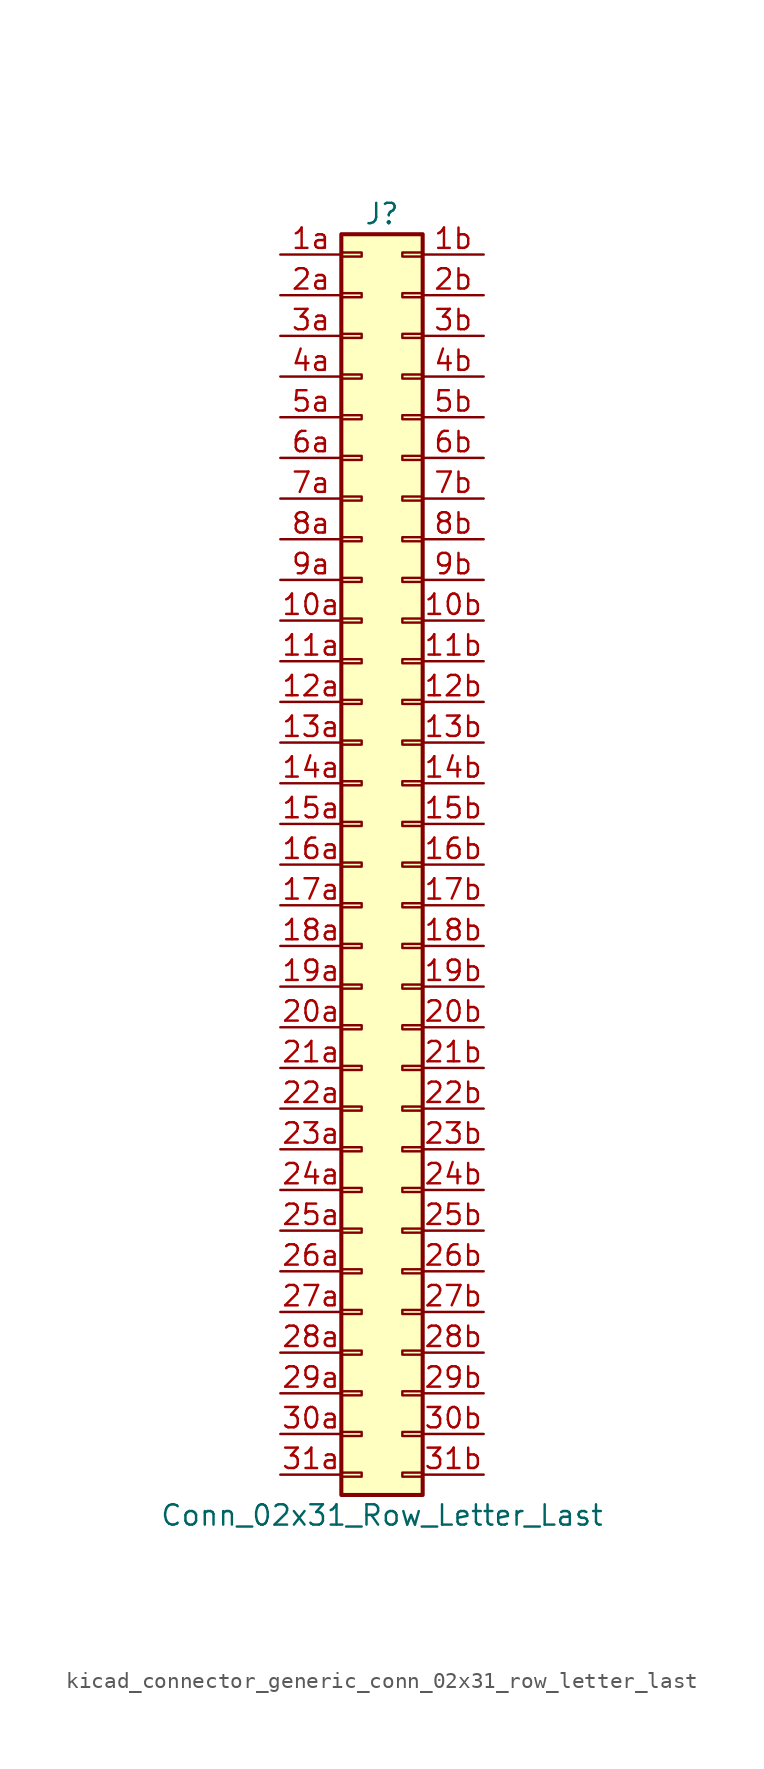
<source format=kicad_sym>
(kicad_symbol_lib
  (version 20220914)
  (generator kicad_symbol_editor)
  (symbol "kicad_connector_generic_conn_02x31_row_letter_last"
    (pin_names
      (offset 1.016) hide)
    (property "Reference" "J"
      (at 1.27 40.64 0)
      (effects (font (size 1.27 1.27))))
    (property "Value" "Conn_02x31_Row_Letter_Last"
      (at 1.27 -40.64 0)
      (effects (font (size 1.27 1.27))))
    (symbol "kicad_connector_generic_conn_02x31_row_letter_last_1_1"
      (rectangle (start -1.27 -37.973) (end 0 -38.227) (stroke (width 0.152) (type default)) (fill (type none)))
      (rectangle (start -1.27 -35.433) (end 0 -35.687) (stroke (width 0.152) (type default)) (fill (type none)))
      (rectangle (start -1.27 -32.893) (end 0 -33.147) (stroke (width 0.152) (type default)) (fill (type none)))
      (rectangle (start -1.27 -30.353) (end 0 -30.607) (stroke (width 0.152) (type default)) (fill (type none)))
      (rectangle (start -1.27 -27.813) (end 0 -28.067) (stroke (width 0.152) (type default)) (fill (type none)))
      (rectangle (start -1.27 -25.273) (end 0 -25.527) (stroke (width 0.152) (type default)) (fill (type none)))
      (rectangle (start -1.27 -22.733) (end 0 -22.987) (stroke (width 0.152) (type default)) (fill (type none)))
      (rectangle (start -1.27 -20.193) (end 0 -20.447) (stroke (width 0.152) (type default)) (fill (type none)))
      (rectangle (start -1.27 -17.653) (end 0 -17.907) (stroke (width 0.152) (type default)) (fill (type none)))
      (rectangle (start -1.27 -15.113) (end 0 -15.367) (stroke (width 0.152) (type default)) (fill (type none)))
      (rectangle (start -1.27 -12.573) (end 0 -12.827) (stroke (width 0.152) (type default)) (fill (type none)))
      (rectangle (start -1.27 -10.033) (end 0 -10.287) (stroke (width 0.152) (type default)) (fill (type none)))
      (rectangle (start -1.27 -7.493) (end 0 -7.747) (stroke (width 0.152) (type default)) (fill (type none)))
      (rectangle (start -1.27 -4.953) (end 0 -5.207) (stroke (width 0.152) (type default)) (fill (type none)))
      (rectangle (start -1.27 -2.413) (end 0 -2.667) (stroke (width 0.152) (type default)) (fill (type none)))
      (rectangle (start -1.27 0.127) (end 0 -0.127) (stroke (width 0.152) (type default)) (fill (type none)))
      (rectangle (start -1.27 2.667) (end 0 2.413) (stroke (width 0.152) (type default)) (fill (type none)))
      (rectangle (start -1.27 5.207) (end 0 4.953) (stroke (width 0.152) (type default)) (fill (type none)))
      (rectangle (start -1.27 7.747) (end 0 7.493) (stroke (width 0.152) (type default)) (fill (type none)))
      (rectangle (start -1.27 10.287) (end 0 10.033) (stroke (width 0.152) (type default)) (fill (type none)))
      (rectangle (start -1.27 12.827) (end 0 12.573) (stroke (width 0.152) (type default)) (fill (type none)))
      (rectangle (start -1.27 15.367) (end 0 15.113) (stroke (width 0.152) (type default)) (fill (type none)))
      (rectangle (start -1.27 17.907) (end 0 17.653) (stroke (width 0.152) (type default)) (fill (type none)))
      (rectangle (start -1.27 20.447) (end 0 20.193) (stroke (width 0.152) (type default)) (fill (type none)))
      (rectangle (start -1.27 22.987) (end 0 22.733) (stroke (width 0.152) (type default)) (fill (type none)))
      (rectangle (start -1.27 25.527) (end 0 25.273) (stroke (width 0.152) (type default)) (fill (type none)))
      (rectangle (start -1.27 28.067) (end 0 27.813) (stroke (width 0.152) (type default)) (fill (type none)))
      (rectangle (start -1.27 30.607) (end 0 30.353) (stroke (width 0.152) (type default)) (fill (type none)))
      (rectangle (start -1.27 33.147) (end 0 32.893) (stroke (width 0.152) (type default)) (fill (type none)))
      (rectangle (start -1.27 35.687) (end 0 35.433) (stroke (width 0.152) (type default)) (fill (type none)))
      (rectangle (start -1.27 38.227) (end 0 37.973) (stroke (width 0.152) (type default)) (fill (type none)))
      (rectangle (start -1.27 39.37) (end 3.81 -39.37) (stroke (width 0.254) (type default)) (fill (type background)))
      (rectangle (start 3.81 -37.973) (end 2.54 -38.227) (stroke (width 0.152) (type default)) (fill (type none)))
      (rectangle (start 3.81 -35.433) (end 2.54 -35.687) (stroke (width 0.152) (type default)) (fill (type none)))
      (rectangle (start 3.81 -32.893) (end 2.54 -33.147) (stroke (width 0.152) (type default)) (fill (type none)))
      (rectangle (start 3.81 -30.353) (end 2.54 -30.607) (stroke (width 0.152) (type default)) (fill (type none)))
      (rectangle (start 3.81 -27.813) (end 2.54 -28.067) (stroke (width 0.152) (type default)) (fill (type none)))
      (rectangle (start 3.81 -25.273) (end 2.54 -25.527) (stroke (width 0.152) (type default)) (fill (type none)))
      (rectangle (start 3.81 -22.733) (end 2.54 -22.987) (stroke (width 0.152) (type default)) (fill (type none)))
      (rectangle (start 3.81 -20.193) (end 2.54 -20.447) (stroke (width 0.152) (type default)) (fill (type none)))
      (rectangle (start 3.81 -17.653) (end 2.54 -17.907) (stroke (width 0.152) (type default)) (fill (type none)))
      (rectangle (start 3.81 -15.113) (end 2.54 -15.367) (stroke (width 0.152) (type default)) (fill (type none)))
      (rectangle (start 3.81 -12.573) (end 2.54 -12.827) (stroke (width 0.152) (type default)) (fill (type none)))
      (rectangle (start 3.81 -10.033) (end 2.54 -10.287) (stroke (width 0.152) (type default)) (fill (type none)))
      (rectangle (start 3.81 -7.493) (end 2.54 -7.747) (stroke (width 0.152) (type default)) (fill (type none)))
      (rectangle (start 3.81 -4.953) (end 2.54 -5.207) (stroke (width 0.152) (type default)) (fill (type none)))
      (rectangle (start 3.81 -2.413) (end 2.54 -2.667) (stroke (width 0.152) (type default)) (fill (type none)))
      (rectangle (start 3.81 0.127) (end 2.54 -0.127) (stroke (width 0.152) (type default)) (fill (type none)))
      (rectangle (start 3.81 2.667) (end 2.54 2.413) (stroke (width 0.152) (type default)) (fill (type none)))
      (rectangle (start 3.81 5.207) (end 2.54 4.953) (stroke (width 0.152) (type default)) (fill (type none)))
      (rectangle (start 3.81 7.747) (end 2.54 7.493) (stroke (width 0.152) (type default)) (fill (type none)))
      (rectangle (start 3.81 10.287) (end 2.54 10.033) (stroke (width 0.152) (type default)) (fill (type none)))
      (rectangle (start 3.81 12.827) (end 2.54 12.573) (stroke (width 0.152) (type default)) (fill (type none)))
      (rectangle (start 3.81 15.367) (end 2.54 15.113) (stroke (width 0.152) (type default)) (fill (type none)))
      (rectangle (start 3.81 17.907) (end 2.54 17.653) (stroke (width 0.152) (type default)) (fill (type none)))
      (rectangle (start 3.81 20.447) (end 2.54 20.193) (stroke (width 0.152) (type default)) (fill (type none)))
      (rectangle (start 3.81 22.987) (end 2.54 22.733) (stroke (width 0.152) (type default)) (fill (type none)))
      (rectangle (start 3.81 25.527) (end 2.54 25.273) (stroke (width 0.152) (type default)) (fill (type none)))
      (rectangle (start 3.81 28.067) (end 2.54 27.813) (stroke (width 0.152) (type default)) (fill (type none)))
      (rectangle (start 3.81 30.607) (end 2.54 30.353) (stroke (width 0.152) (type default)) (fill (type none)))
      (rectangle (start 3.81 33.147) (end 2.54 32.893) (stroke (width 0.152) (type default)) (fill (type none)))
      (rectangle (start 3.81 35.687) (end 2.54 35.433) (stroke (width 0.152) (type default)) (fill (type none)))
      (rectangle (start 3.81 38.227) (end 2.54 37.973) (stroke (width 0.152) (type default)) (fill (type none)))
      (pin passive line (at -5.08 15.24 0) (length 3.81) (name "Pin_10a" (effects (font (size 1.27 1.27)))) (number "10a" (effects (font (size 1.27 1.27)))))
      (pin passive line (at 7.62 15.24 180) (length 3.81) (name "Pin_10b" (effects (font (size 1.27 1.27)))) (number "10b" (effects (font (size 1.27 1.27)))))
      (pin passive line (at -5.08 12.7 0) (length 3.81) (name "Pin_11a" (effects (font (size 1.27 1.27)))) (number "11a" (effects (font (size 1.27 1.27)))))
      (pin passive line (at 7.62 12.7 180) (length 3.81) (name "Pin_11b" (effects (font (size 1.27 1.27)))) (number "11b" (effects (font (size 1.27 1.27)))))
      (pin passive line (at -5.08 10.16 0) (length 3.81) (name "Pin_12a" (effects (font (size 1.27 1.27)))) (number "12a" (effects (font (size 1.27 1.27)))))
      (pin passive line (at 7.62 10.16 180) (length 3.81) (name "Pin_12b" (effects (font (size 1.27 1.27)))) (number "12b" (effects (font (size 1.27 1.27)))))
      (pin passive line (at -5.08 7.62 0) (length 3.81) (name "Pin_13a" (effects (font (size 1.27 1.27)))) (number "13a" (effects (font (size 1.27 1.27)))))
      (pin passive line (at 7.62 7.62 180) (length 3.81) (name "Pin_13b" (effects (font (size 1.27 1.27)))) (number "13b" (effects (font (size 1.27 1.27)))))
      (pin passive line (at -5.08 5.08 0) (length 3.81) (name "Pin_14a" (effects (font (size 1.27 1.27)))) (number "14a" (effects (font (size 1.27 1.27)))))
      (pin passive line (at 7.62 5.08 180) (length 3.81) (name "Pin_14b" (effects (font (size 1.27 1.27)))) (number "14b" (effects (font (size 1.27 1.27)))))
      (pin passive line (at -5.08 2.54 0) (length 3.81) (name "Pin_15a" (effects (font (size 1.27 1.27)))) (number "15a" (effects (font (size 1.27 1.27)))))
      (pin passive line (at 7.62 2.54 180) (length 3.81) (name "Pin_15b" (effects (font (size 1.27 1.27)))) (number "15b" (effects (font (size 1.27 1.27)))))
      (pin passive line (at -5.08 0 0) (length 3.81) (name "Pin_16a" (effects (font (size 1.27 1.27)))) (number "16a" (effects (font (size 1.27 1.27)))))
      (pin passive line (at 7.62 0 180) (length 3.81) (name "Pin_16b" (effects (font (size 1.27 1.27)))) (number "16b" (effects (font (size 1.27 1.27)))))
      (pin passive line (at -5.08 -2.54 0) (length 3.81) (name "Pin_17a" (effects (font (size 1.27 1.27)))) (number "17a" (effects (font (size 1.27 1.27)))))
      (pin passive line (at 7.62 -2.54 180) (length 3.81) (name "Pin_17b" (effects (font (size 1.27 1.27)))) (number "17b" (effects (font (size 1.27 1.27)))))
      (pin passive line (at -5.08 -5.08 0) (length 3.81) (name "Pin_18a" (effects (font (size 1.27 1.27)))) (number "18a" (effects (font (size 1.27 1.27)))))
      (pin passive line (at 7.62 -5.08 180) (length 3.81) (name "Pin_18b" (effects (font (size 1.27 1.27)))) (number "18b" (effects (font (size 1.27 1.27)))))
      (pin passive line (at -5.08 -7.62 0) (length 3.81) (name "Pin_19a" (effects (font (size 1.27 1.27)))) (number "19a" (effects (font (size 1.27 1.27)))))
      (pin passive line (at 7.62 -7.62 180) (length 3.81) (name "Pin_19b" (effects (font (size 1.27 1.27)))) (number "19b" (effects (font (size 1.27 1.27)))))
      (pin passive line (at -5.08 38.1 0) (length 3.81) (name "Pin_1a" (effects (font (size 1.27 1.27)))) (number "1a" (effects (font (size 1.27 1.27)))))
      (pin passive line (at 7.62 38.1 180) (length 3.81) (name "Pin_1b" (effects (font (size 1.27 1.27)))) (number "1b" (effects (font (size 1.27 1.27)))))
      (pin passive line (at -5.08 -10.16 0) (length 3.81) (name "Pin_20a" (effects (font (size 1.27 1.27)))) (number "20a" (effects (font (size 1.27 1.27)))))
      (pin passive line (at 7.62 -10.16 180) (length 3.81) (name "Pin_20b" (effects (font (size 1.27 1.27)))) (number "20b" (effects (font (size 1.27 1.27)))))
      (pin passive line (at -5.08 -12.7 0) (length 3.81) (name "Pin_21a" (effects (font (size 1.27 1.27)))) (number "21a" (effects (font (size 1.27 1.27)))))
      (pin passive line (at 7.62 -12.7 180) (length 3.81) (name "Pin_21b" (effects (font (size 1.27 1.27)))) (number "21b" (effects (font (size 1.27 1.27)))))
      (pin passive line (at -5.08 -15.24 0) (length 3.81) (name "Pin_22a" (effects (font (size 1.27 1.27)))) (number "22a" (effects (font (size 1.27 1.27)))))
      (pin passive line (at 7.62 -15.24 180) (length 3.81) (name "Pin_22b" (effects (font (size 1.27 1.27)))) (number "22b" (effects (font (size 1.27 1.27)))))
      (pin passive line (at -5.08 -17.78 0) (length 3.81) (name "Pin_23a" (effects (font (size 1.27 1.27)))) (number "23a" (effects (font (size 1.27 1.27)))))
      (pin passive line (at 7.62 -17.78 180) (length 3.81) (name "Pin_23b" (effects (font (size 1.27 1.27)))) (number "23b" (effects (font (size 1.27 1.27)))))
      (pin passive line (at -5.08 -20.32 0) (length 3.81) (name "Pin_24a" (effects (font (size 1.27 1.27)))) (number "24a" (effects (font (size 1.27 1.27)))))
      (pin passive line (at 7.62 -20.32 180) (length 3.81) (name "Pin_24b" (effects (font (size 1.27 1.27)))) (number "24b" (effects (font (size 1.27 1.27)))))
      (pin passive line (at -5.08 -22.86 0) (length 3.81) (name "Pin_25a" (effects (font (size 1.27 1.27)))) (number "25a" (effects (font (size 1.27 1.27)))))
      (pin passive line (at 7.62 -22.86 180) (length 3.81) (name "Pin_25b" (effects (font (size 1.27 1.27)))) (number "25b" (effects (font (size 1.27 1.27)))))
      (pin passive line (at -5.08 -25.4 0) (length 3.81) (name "Pin_26a" (effects (font (size 1.27 1.27)))) (number "26a" (effects (font (size 1.27 1.27)))))
      (pin passive line (at 7.62 -25.4 180) (length 3.81) (name "Pin_26b" (effects (font (size 1.27 1.27)))) (number "26b" (effects (font (size 1.27 1.27)))))
      (pin passive line (at -5.08 -27.94 0) (length 3.81) (name "Pin_27a" (effects (font (size 1.27 1.27)))) (number "27a" (effects (font (size 1.27 1.27)))))
      (pin passive line (at 7.62 -27.94 180) (length 3.81) (name "Pin_27b" (effects (font (size 1.27 1.27)))) (number "27b" (effects (font (size 1.27 1.27)))))
      (pin passive line (at -5.08 -30.48 0) (length 3.81) (name "Pin_28a" (effects (font (size 1.27 1.27)))) (number "28a" (effects (font (size 1.27 1.27)))))
      (pin passive line (at 7.62 -30.48 180) (length 3.81) (name "Pin_28b" (effects (font (size 1.27 1.27)))) (number "28b" (effects (font (size 1.27 1.27)))))
      (pin passive line (at -5.08 -33.02 0) (length 3.81) (name "Pin_29a" (effects (font (size 1.27 1.27)))) (number "29a" (effects (font (size 1.27 1.27)))))
      (pin passive line (at 7.62 -33.02 180) (length 3.81) (name "Pin_29b" (effects (font (size 1.27 1.27)))) (number "29b" (effects (font (size 1.27 1.27)))))
      (pin passive line (at -5.08 35.56 0) (length 3.81) (name "Pin_2a" (effects (font (size 1.27 1.27)))) (number "2a" (effects (font (size 1.27 1.27)))))
      (pin passive line (at 7.62 35.56 180) (length 3.81) (name "Pin_2b" (effects (font (size 1.27 1.27)))) (number "2b" (effects (font (size 1.27 1.27)))))
      (pin passive line (at -5.08 -35.56 0) (length 3.81) (name "Pin_30a" (effects (font (size 1.27 1.27)))) (number "30a" (effects (font (size 1.27 1.27)))))
      (pin passive line (at 7.62 -35.56 180) (length 3.81) (name "Pin_30b" (effects (font (size 1.27 1.27)))) (number "30b" (effects (font (size 1.27 1.27)))))
      (pin passive line (at -5.08 -38.1 0) (length 3.81) (name "Pin_31a" (effects (font (size 1.27 1.27)))) (number "31a" (effects (font (size 1.27 1.27)))))
      (pin passive line (at 7.62 -38.1 180) (length 3.81) (name "Pin_31b" (effects (font (size 1.27 1.27)))) (number "31b" (effects (font (size 1.27 1.27)))))
      (pin passive line (at -5.08 33.02 0) (length 3.81) (name "Pin_3a" (effects (font (size 1.27 1.27)))) (number "3a" (effects (font (size 1.27 1.27)))))
      (pin passive line (at 7.62 33.02 180) (length 3.81) (name "Pin_3b" (effects (font (size 1.27 1.27)))) (number "3b" (effects (font (size 1.27 1.27)))))
      (pin passive line (at -5.08 30.48 0) (length 3.81) (name "Pin_4a" (effects (font (size 1.27 1.27)))) (number "4a" (effects (font (size 1.27 1.27)))))
      (pin passive line (at 7.62 30.48 180) (length 3.81) (name "Pin_4b" (effects (font (size 1.27 1.27)))) (number "4b" (effects (font (size 1.27 1.27)))))
      (pin passive line (at -5.08 27.94 0) (length 3.81) (name "Pin_5a" (effects (font (size 1.27 1.27)))) (number "5a" (effects (font (size 1.27 1.27)))))
      (pin passive line (at 7.62 27.94 180) (length 3.81) (name "Pin_5b" (effects (font (size 1.27 1.27)))) (number "5b" (effects (font (size 1.27 1.27)))))
      (pin passive line (at -5.08 25.4 0) (length 3.81) (name "Pin_6a" (effects (font (size 1.27 1.27)))) (number "6a" (effects (font (size 1.27 1.27)))))
      (pin passive line (at 7.62 25.4 180) (length 3.81) (name "Pin_6b" (effects (font (size 1.27 1.27)))) (number "6b" (effects (font (size 1.27 1.27)))))
      (pin passive line (at -5.08 22.86 0) (length 3.81) (name "Pin_7a" (effects (font (size 1.27 1.27)))) (number "7a" (effects (font (size 1.27 1.27)))))
      (pin passive line (at 7.62 22.86 180) (length 3.81) (name "Pin_7b" (effects (font (size 1.27 1.27)))) (number "7b" (effects (font (size 1.27 1.27)))))
      (pin passive line (at -5.08 20.32 0) (length 3.81) (name "Pin_8a" (effects (font (size 1.27 1.27)))) (number "8a" (effects (font (size 1.27 1.27)))))
      (pin passive line (at 7.62 20.32 180) (length 3.81) (name "Pin_8b" (effects (font (size 1.27 1.27)))) (number "8b" (effects (font (size 1.27 1.27)))))
      (pin passive line (at -5.08 17.78 0) (length 3.81) (name "Pin_9a" (effects (font (size 1.27 1.27)))) (number "9a" (effects (font (size 1.27 1.27)))))
      (pin passive line (at 7.62 17.78 180) (length 3.81) (name "Pin_9b" (effects (font (size 1.27 1.27)))) (number "9b" (effects (font (size 1.27 1.27))))))))
</source>
